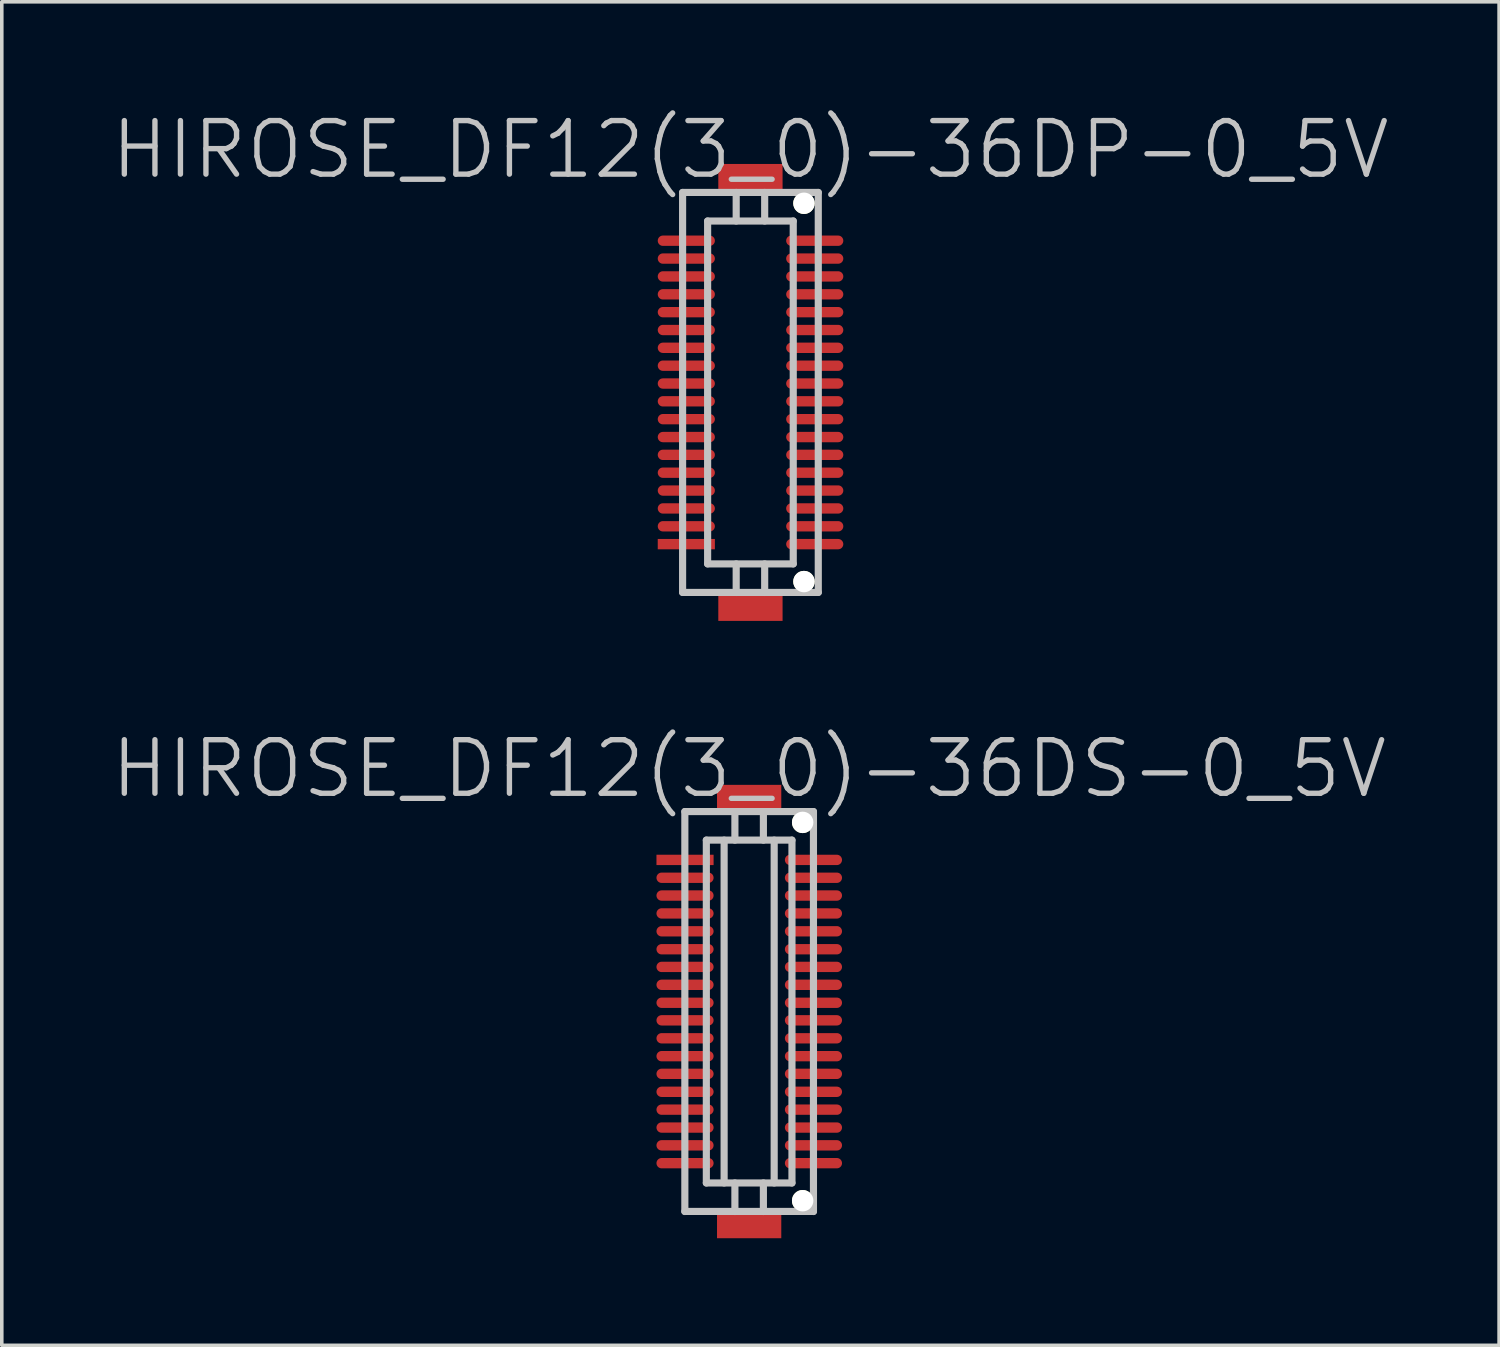
<source format=kicad_pcb>
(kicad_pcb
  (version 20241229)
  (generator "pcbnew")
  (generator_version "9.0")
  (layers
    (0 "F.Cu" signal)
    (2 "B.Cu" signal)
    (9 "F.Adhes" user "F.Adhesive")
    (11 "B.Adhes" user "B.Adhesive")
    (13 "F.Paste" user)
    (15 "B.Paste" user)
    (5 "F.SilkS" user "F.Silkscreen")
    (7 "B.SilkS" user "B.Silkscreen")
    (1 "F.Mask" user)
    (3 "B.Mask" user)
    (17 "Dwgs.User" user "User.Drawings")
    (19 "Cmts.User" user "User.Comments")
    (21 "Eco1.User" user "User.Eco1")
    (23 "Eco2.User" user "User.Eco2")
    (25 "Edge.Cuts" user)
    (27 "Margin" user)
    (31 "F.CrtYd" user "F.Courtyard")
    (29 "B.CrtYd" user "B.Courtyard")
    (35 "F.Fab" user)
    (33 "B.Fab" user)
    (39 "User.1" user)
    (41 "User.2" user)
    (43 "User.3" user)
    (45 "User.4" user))
  (footprint "HIROSE_DF12(3_0)-36DS-0_5V"
    (layer "F.Cu")
    (at 17.932 25.281)
    (property "Reference" "HIROSE_DF12(3_0)-36DS-0_5V" (at 0 -6.8 180) (layer "Dwgs.User") (effects (font (size 1.5 1.5) (thickness 0.15))))
    (attr smd)
    (fp_line (start -1.801 -5.601) (end -1.801 5.601) (stroke (width 0.2) (type solid)) (layer "Dwgs.User"))
    (fp_line (start -1.801 -5.601) (end 1.801 -5.601) (stroke (width 0.2) (type solid)) (layer "Dwgs.User"))
    (fp_line (start -1.199 -4.801) (end -1.199 4.801) (stroke (width 0.2) (type solid)) (layer "Dwgs.User"))
    (fp_line (start -1.199 -4.801) (end 1.199 -4.801) (stroke (width 0.2) (type solid)) (layer "Dwgs.User"))
    (fp_line (start -0.701 -4.801) (end -0.701 4.801) (stroke (width 0.2) (type solid)) (layer "Dwgs.User"))
    (fp_line (start -0.399 -4.801) (end -0.399 -5.601) (stroke (width 0.2) (type solid)) (layer "Dwgs.User"))
    (fp_line (start -0.399 5.601) (end -0.399 4.801) (stroke (width 0.2) (type solid)) (layer "Dwgs.User"))
    (fp_line (start 0.399 -4.801) (end 0.399 -5.601) (stroke (width 0.2) (type solid)) (layer "Dwgs.User"))
    (fp_line (start 0.399 4.801) (end 0.399 5.601) (stroke (width 0.2) (type solid)) (layer "Dwgs.User"))
    (fp_line (start 0.701 -4.801) (end 0.701 4.801) (stroke (width 0.2) (type solid)) (layer "Dwgs.User"))
    (fp_line (start 1.199 -4.801) (end 1.199 4.801) (stroke (width 0.2) (type solid)) (layer "Dwgs.User"))
    (fp_line (start 1.199 4.801) (end -1.199 4.801) (stroke (width 0.2) (type solid)) (layer "Dwgs.User"))
    (fp_line (start 1.801 -5.601) (end 1.801 5.601) (stroke (width 0.2) (type solid)) (layer "Dwgs.User"))
    (fp_line (start 1.801 5.598) (end -1.801 5.598) (stroke (width 0.2) (type solid)) (layer "Dwgs.User"))
    (pad "" smd rect (at 0 -5.949 270) (size 0.8 1.8) (layers "F.Cu" "F.Mask" "F.Paste"))
    (pad "" smd rect (at 0 5.949 270) (size 0.8 1.8) (layers "F.Cu" "F.Mask" "F.Paste"))
    (pad "" np_thru_hole circle (at 1.499 -5.298 270) (size 0.6 0.6) (drill 0.6) (layers "*.Cu" "*.Mask" "F.SilkS"))
    (pad "" np_thru_hole circle (at 1.499 5.298 270) (size 0.6 0.6) (drill 0.6) (layers "*.Cu" "*.Mask" "F.SilkS"))
    (pad "1" smd rect (at -1.796 -4.247 270) (size 0.29 1.6) (layers "F.Cu" "F.Mask" "F.Paste"))
    (pad "2" smd oval (at -1.796 -3.747 270) (size 0.29 1.6) (layers "F.Cu" "F.Mask" "F.Paste"))
    (pad "3" smd oval (at -1.796 -3.249 270) (size 0.29 1.6) (layers "F.Cu" "F.Mask" "F.Paste"))
    (pad "4" smd oval (at -1.796 -2.748 270) (size 0.29 1.6) (layers "F.Cu" "F.Mask" "F.Paste"))
    (pad "5" smd oval (at -1.796 -2.248 270) (size 0.29 1.6) (layers "F.Cu" "F.Mask" "F.Paste"))
    (pad "6" smd oval (at -1.796 -1.745 270) (size 0.29 1.6) (layers "F.Cu" "F.Mask" "F.Paste"))
    (pad "7" smd oval (at -1.796 -1.25 270) (size 0.29 1.6) (layers "F.Cu" "F.Mask" "F.Paste"))
    (pad "8" smd oval (at -1.796 -0.749 270) (size 0.29 1.6) (layers "F.Cu" "F.Mask" "F.Paste"))
    (pad "9" smd oval (at -1.796 -0.246 270) (size 0.29 1.6) (layers "F.Cu" "F.Mask" "F.Paste"))
    (pad "10" smd oval (at -1.796 0.246 270) (size 0.29 1.6) (layers "F.Cu" "F.Mask" "F.Paste"))
    (pad "11" smd oval (at -1.796 0.749 270) (size 0.29 1.6) (layers "F.Cu" "F.Mask" "F.Paste"))
    (pad "12" smd oval (at -1.796 1.25 270) (size 0.29 1.6) (layers "F.Cu" "F.Mask" "F.Paste"))
    (pad "13" smd oval (at -1.796 1.745 270) (size 0.29 1.6) (layers "F.Cu" "F.Mask" "F.Paste"))
    (pad "14" smd oval (at -1.796 2.248 270) (size 0.29 1.6) (layers "F.Cu" "F.Mask" "F.Paste"))
    (pad "15" smd oval (at -1.796 2.748 270) (size 0.29 1.6) (layers "F.Cu" "F.Mask" "F.Paste"))
    (pad "16" smd oval (at -1.796 3.249 270) (size 0.29 1.6) (layers "F.Cu" "F.Mask" "F.Paste"))
    (pad "17" smd oval (at -1.796 3.747 270) (size 0.29 1.6) (layers "F.Cu" "F.Mask" "F.Paste"))
    (pad "18" smd oval (at -1.796 4.247 270) (size 0.29 1.6) (layers "F.Cu" "F.Mask" "F.Paste"))
    (pad "19" smd oval (at 1.801 4.247 270) (size 0.29 1.6) (layers "F.Cu" "F.Mask" "F.Paste"))
    (pad "20" smd oval (at 1.801 3.747 270) (size 0.29 1.6) (layers "F.Cu" "F.Mask" "F.Paste"))
    (pad "21" smd oval (at 1.801 3.249 270) (size 0.29 1.6) (layers "F.Cu" "F.Mask" "F.Paste"))
    (pad "22" smd oval (at 1.801 2.748 270) (size 0.29 1.6) (layers "F.Cu" "F.Mask" "F.Paste"))
    (pad "23" smd oval (at 1.801 2.248 270) (size 0.29 1.6) (layers "F.Cu" "F.Mask" "F.Paste"))
    (pad "24" smd oval (at 1.801 1.745 270) (size 0.29 1.6) (layers "F.Cu" "F.Mask" "F.Paste"))
    (pad "25" smd oval (at 1.801 1.25 270) (size 0.29 1.6) (layers "F.Cu" "F.Mask" "F.Paste"))
    (pad "26" smd oval (at 1.801 0.749 270) (size 0.29 1.6) (layers "F.Cu" "F.Mask" "F.Paste"))
    (pad "27" smd oval (at 1.801 0.246 270) (size 0.29 1.6) (layers "F.Cu" "F.Mask" "F.Paste"))
    (pad "28" smd oval (at 1.801 -0.246 270) (size 0.29 1.6) (layers "F.Cu" "F.Mask" "F.Paste"))
    (pad "29" smd oval (at 1.801 -0.749 270) (size 0.29 1.6) (layers "F.Cu" "F.Mask" "F.Paste"))
    (pad "30" smd oval (at 1.801 -1.25 270) (size 0.29 1.6) (layers "F.Cu" "F.Mask" "F.Paste"))
    (pad "31" smd oval (at 1.801 -1.745 270) (size 0.29 1.6) (layers "F.Cu" "F.Mask" "F.Paste"))
    (pad "32" smd oval (at 1.801 -2.248 270) (size 0.29 1.6) (layers "F.Cu" "F.Mask" "F.Paste"))
    (pad "33" smd oval (at 1.801 -2.748 270) (size 0.29 1.6) (layers "F.Cu" "F.Mask" "F.Paste"))
    (pad "34" smd oval (at 1.801 -3.249 270) (size 0.29 1.6) (layers "F.Cu" "F.Mask" "F.Paste"))
    (pad "35" smd oval (at 1.801 -3.747 270) (size 0.29 1.6) (layers "F.Cu" "F.Mask" "F.Paste"))
    (pad "36" smd oval (at 1.801 -4.247 270) (size 0.29 1.6) (layers "F.Cu" "F.Mask" "F.Paste")))
  (footprint "HIROSE_DF12(3_0)-36DP-0_5V"
    (layer "F.Cu")
    (at 17.968 7.941)
    (property "Reference" "HIROSE_DF12(3_0)-36DP-0_5V" (at 0 -6.8 180) (layer "Dwgs.User") (effects (font (size 1.5 1.5) (thickness 0.15))))
    (attr smd)
    (fp_line (start -1.9 5.601) (end -1.9 -5.601) (stroke (width 0.2) (type solid)) (layer "Dwgs.User"))
    (fp_line (start -1.9 5.601) (end 1.9 5.601) (stroke (width 0.2) (type solid)) (layer "Dwgs.User"))
    (fp_line (start -1.199 -4.801) (end -1.199 4.801) (stroke (width 0.2) (type solid)) (layer "Dwgs.User"))
    (fp_line (start -1.199 -4.801) (end 1.199 -4.801) (stroke (width 0.2) (type solid)) (layer "Dwgs.User"))
    (fp_line (start -0.399 -4.801) (end -0.399 -5.601) (stroke (width 0.2) (type solid)) (layer "Dwgs.User"))
    (fp_line (start -0.399 5.603) (end -0.399 4.803) (stroke (width 0.2) (type solid)) (layer "Dwgs.User"))
    (fp_line (start 0.399 -4.801) (end 0.399 -5.601) (stroke (width 0.2) (type solid)) (layer "Dwgs.User"))
    (fp_line (start 0.399 4.803) (end 0.399 5.603) (stroke (width 0.2) (type solid)) (layer "Dwgs.User"))
    (fp_line (start 1.199 4.801) (end 1.199 -4.801) (stroke (width 0.2) (type solid)) (layer "Dwgs.User"))
    (fp_line (start 1.199 4.803) (end -1.199 4.803) (stroke (width 0.2) (type solid)) (layer "Dwgs.User"))
    (fp_line (start 1.9 -5.601) (end -1.9 -5.601) (stroke (width 0.2) (type solid)) (layer "Dwgs.User"))
    (fp_line (start 1.9 -5.601) (end 1.9 5.601) (stroke (width 0.2) (type solid)) (layer "Dwgs.User"))
    (pad "" smd rect (at 0 -5.999 270) (size 0.8 1.8) (layers "F.Cu" "F.Mask" "F.Paste"))
    (pad "" smd rect (at 0 5.999 270) (size 0.8 1.8) (layers "F.Cu" "F.Mask" "F.Paste"))
    (pad "" np_thru_hole circle (at 1.499 -5.298 270) (size 0.6 0.6) (drill 0.6) (layers "*.Cu" "*.Mask" "F.SilkS"))
    (pad "" np_thru_hole circle (at 1.499 5.298 270) (size 0.6 0.6) (drill 0.6) (layers "*.Cu" "*.Mask" "F.SilkS"))
    (pad "1" smd rect (at -1.796 4.249 270) (size 0.29 1.6) (layers "F.Cu" "F.Mask" "F.Paste"))
    (pad "2" smd oval (at -1.796 3.749 270) (size 0.29 1.6) (layers "F.Cu" "F.Mask" "F.Paste"))
    (pad "3" smd oval (at -1.796 3.249 270) (size 0.29 1.6) (layers "F.Cu" "F.Mask" "F.Paste"))
    (pad "4" smd oval (at -1.796 2.748 270) (size 0.29 1.6) (layers "F.Cu" "F.Mask" "F.Paste"))
    (pad "5" smd oval (at -1.796 2.248 270) (size 0.29 1.6) (layers "F.Cu" "F.Mask" "F.Paste"))
    (pad "6" smd oval (at -1.796 1.748 270) (size 0.29 1.6) (layers "F.Cu" "F.Mask" "F.Paste"))
    (pad "7" smd oval (at -1.796 1.25 270) (size 0.29 1.6) (layers "F.Cu" "F.Mask" "F.Paste"))
    (pad "8" smd oval (at -1.796 0.749 270) (size 0.29 1.6) (layers "F.Cu" "F.Mask" "F.Paste"))
    (pad "9" smd oval (at -1.796 0.249 270) (size 0.29 1.6) (layers "F.Cu" "F.Mask" "F.Paste"))
    (pad "10" smd oval (at -1.796 -0.249 270) (size 0.29 1.6) (layers "F.Cu" "F.Mask" "F.Paste"))
    (pad "11" smd oval (at -1.796 -0.749 270) (size 0.29 1.6) (layers "F.Cu" "F.Mask" "F.Paste"))
    (pad "12" smd oval (at -1.796 -1.25 270) (size 0.29 1.6) (layers "F.Cu" "F.Mask" "F.Paste"))
    (pad "13" smd oval (at -1.796 -1.748 270) (size 0.29 1.6) (layers "F.Cu" "F.Mask" "F.Paste"))
    (pad "14" smd oval (at -1.796 -2.248 270) (size 0.29 1.6) (layers "F.Cu" "F.Mask" "F.Paste"))
    (pad "15" smd oval (at -1.796 -2.748 270) (size 0.29 1.6) (layers "F.Cu" "F.Mask" "F.Paste"))
    (pad "16" smd oval (at -1.796 -3.249 270) (size 0.29 1.6) (layers "F.Cu" "F.Mask" "F.Paste"))
    (pad "17" smd oval (at -1.796 -3.749 270) (size 0.29 1.6) (layers "F.Cu" "F.Mask" "F.Paste"))
    (pad "18" smd oval (at -1.796 -4.249 270) (size 0.29 1.6) (layers "F.Cu" "F.Mask" "F.Paste"))
    (pad "19" smd oval (at 1.801 -4.249 270) (size 0.29 1.6) (layers "F.Cu" "F.Mask" "F.Paste"))
    (pad "20" smd oval (at 1.801 -3.749 270) (size 0.29 1.6) (layers "F.Cu" "F.Mask" "F.Paste"))
    (pad "21" smd oval (at 1.801 -3.249 270) (size 0.29 1.6) (layers "F.Cu" "F.Mask" "F.Paste"))
    (pad "22" smd oval (at 1.801 -2.748 270) (size 0.29 1.6) (layers "F.Cu" "F.Mask" "F.Paste"))
    (pad "23" smd oval (at 1.801 -2.248 270) (size 0.29 1.6) (layers "F.Cu" "F.Mask" "F.Paste"))
    (pad "24" smd oval (at 1.801 -1.748 270) (size 0.29 1.6) (layers "F.Cu" "F.Mask" "F.Paste"))
    (pad "25" smd oval (at 1.801 -1.25 270) (size 0.29 1.6) (layers "F.Cu" "F.Mask" "F.Paste"))
    (pad "26" smd oval (at 1.801 -0.749 270) (size 0.29 1.6) (layers "F.Cu" "F.Mask" "F.Paste"))
    (pad "27" smd oval (at 1.801 -0.249 270) (size 0.29 1.6) (layers "F.Cu" "F.Mask" "F.Paste"))
    (pad "28" smd oval (at 1.801 0.249 270) (size 0.29 1.6) (layers "F.Cu" "F.Mask" "F.Paste"))
    (pad "29" smd oval (at 1.801 0.749 270) (size 0.29 1.6) (layers "F.Cu" "F.Mask" "F.Paste"))
    (pad "30" smd oval (at 1.801 1.25 270) (size 0.29 1.6) (layers "F.Cu" "F.Mask" "F.Paste"))
    (pad "31" smd oval (at 1.801 1.748 270) (size 0.29 1.6) (layers "F.Cu" "F.Mask" "F.Paste"))
    (pad "32" smd oval (at 1.801 2.248 270) (size 0.29 1.6) (layers "F.Cu" "F.Mask" "F.Paste"))
    (pad "33" smd oval (at 1.801 2.748 270) (size 0.29 1.6) (layers "F.Cu" "F.Mask" "F.Paste"))
    (pad "34" smd oval (at 1.801 3.249 270) (size 0.29 1.6) (layers "F.Cu" "F.Mask" "F.Paste"))
    (pad "35" smd oval (at 1.801 3.749 270) (size 0.29 1.6) (layers "F.Cu" "F.Mask" "F.Paste"))
    (pad "36" smd oval (at 1.801 4.249 270) (size 0.29 1.6) (layers "F.Cu" "F.Mask" "F.Paste")))
  (gr_rect
    (start -3 -3)
    (end 38.936 34.63)
    (stroke (width 0.1) (type default))
    (fill no)
    (layer "Edge.Cuts")))
</source>
